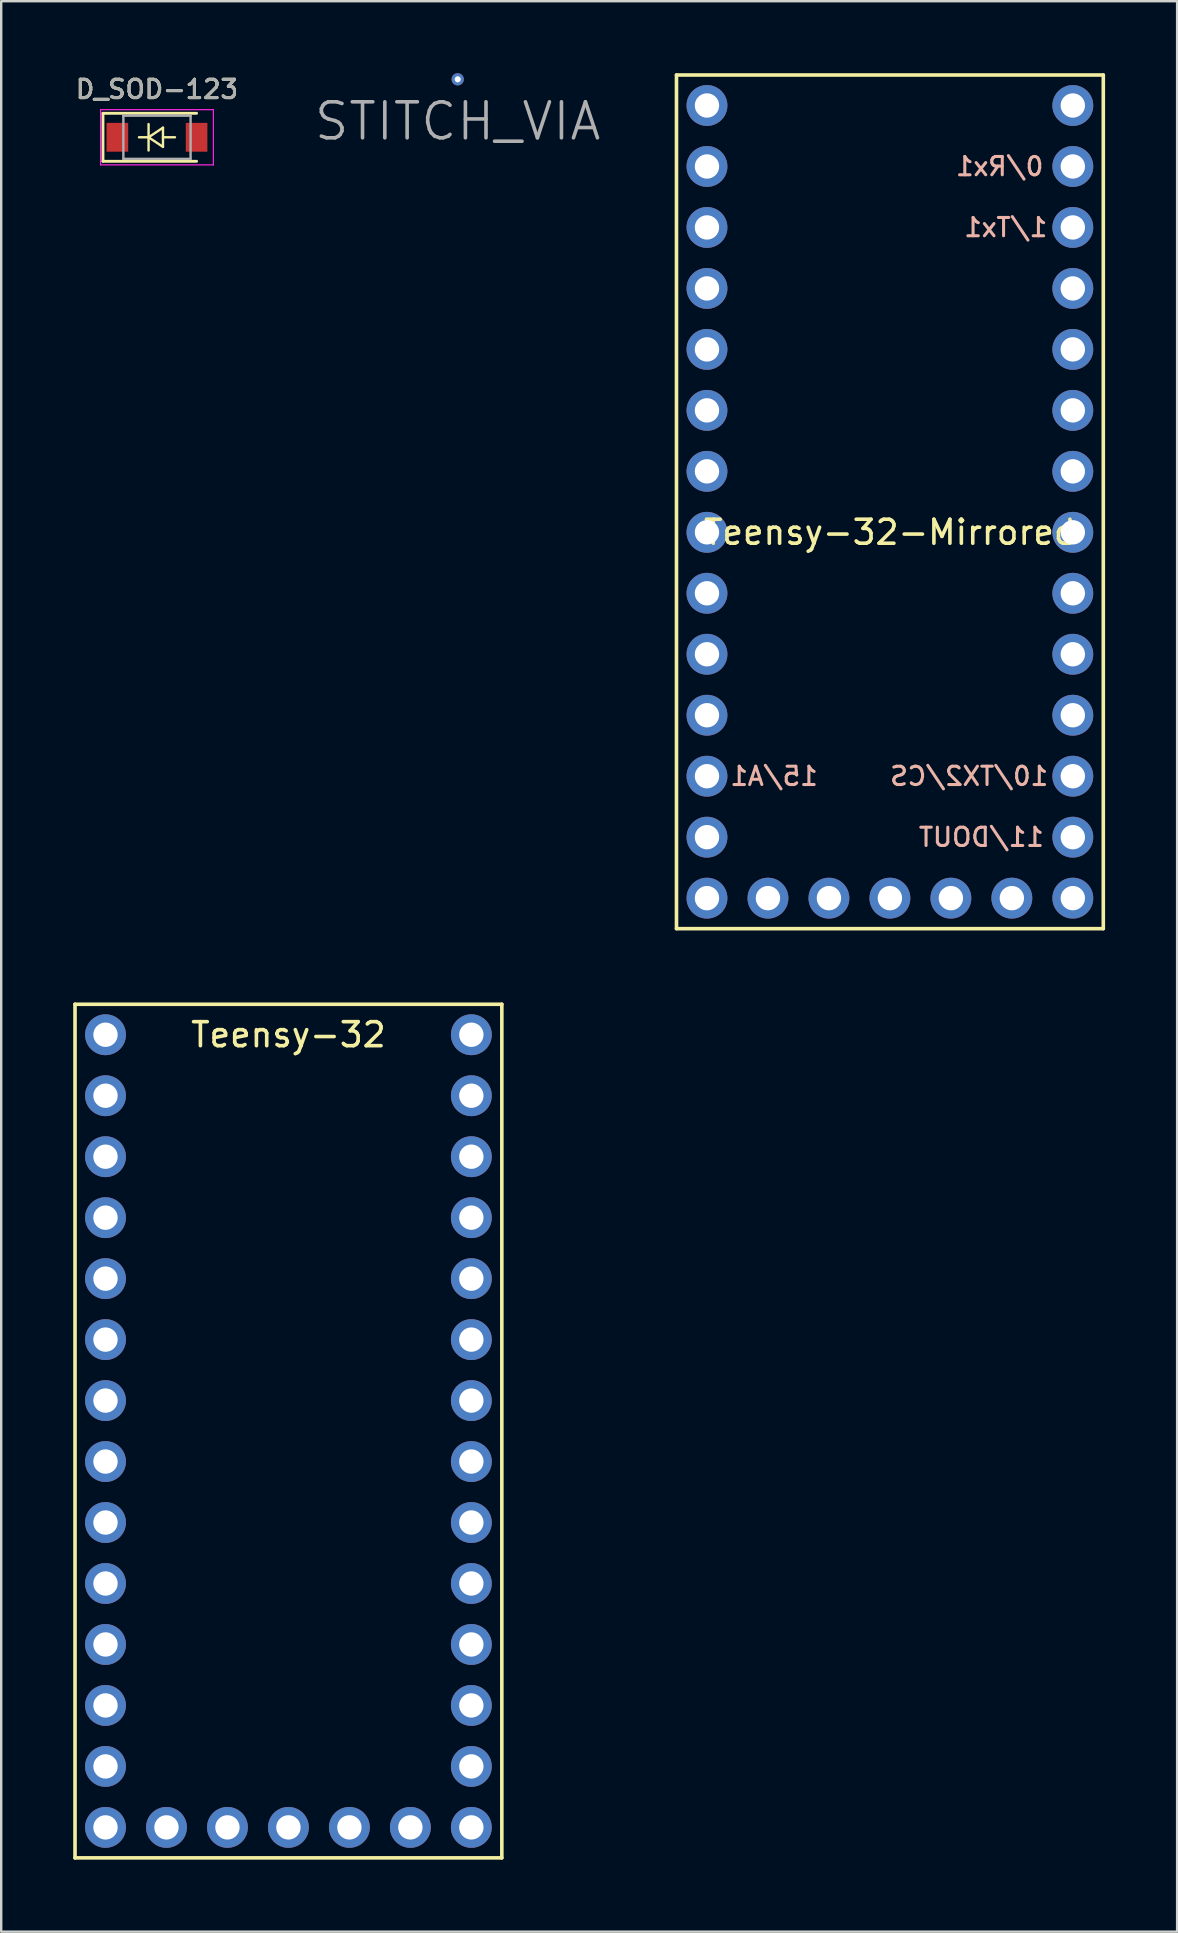
<source format=kicad_pcb>
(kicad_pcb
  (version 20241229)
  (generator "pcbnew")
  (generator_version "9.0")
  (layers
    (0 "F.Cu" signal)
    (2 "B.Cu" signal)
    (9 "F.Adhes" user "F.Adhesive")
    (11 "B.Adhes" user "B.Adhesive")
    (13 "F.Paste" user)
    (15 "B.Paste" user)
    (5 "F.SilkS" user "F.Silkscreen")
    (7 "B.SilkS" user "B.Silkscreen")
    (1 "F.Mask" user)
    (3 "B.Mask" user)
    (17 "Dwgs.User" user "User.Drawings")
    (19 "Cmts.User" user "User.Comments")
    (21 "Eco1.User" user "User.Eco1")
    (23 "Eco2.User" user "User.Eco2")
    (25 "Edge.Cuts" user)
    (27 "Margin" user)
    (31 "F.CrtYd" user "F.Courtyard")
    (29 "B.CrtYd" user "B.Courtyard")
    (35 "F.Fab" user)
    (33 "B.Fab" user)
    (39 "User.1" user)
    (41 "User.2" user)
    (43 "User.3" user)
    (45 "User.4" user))
  (footprint "Teensy-32-Mirrored"
    (layer "F.Cu")
    (at 34.021 16.585)
    (property "Reference" "Teensy-32-Mirrored" (at 0 2.54 0) (layer "F.SilkS") (effects (font (size 1 1) (thickness 0.15))))
    (attr through_hole)
    (fp_line (start -8.89 -16.51) (end 8.89 -16.51) (stroke (width 0.15) (type solid)) (layer "F.SilkS"))
    (fp_line (start -8.89 19.05) (end -8.89 -16.51) (stroke (width 0.15) (type solid)) (layer "F.SilkS"))
    (fp_line (start 8.89 -16.51) (end 8.89 19.05) (stroke (width 0.15) (type solid)) (layer "F.SilkS"))
    (fp_line (start 8.89 19.05) (end -8.89 19.05) (stroke (width 0.15) (type solid)) (layer "F.SilkS"))
    (fp_text user "1/Tx1" (at 4.826 -10.16 0) (layer "B.SilkS") (effects (font (size 0.762 0.762) (thickness 0.127)) (justify mirror)))
    (fp_text user "15/A1" (at -4.826 12.7 0) (layer "B.SilkS") (effects (font (size 0.762 0.762) (thickness 0.127)) (justify mirror)))
    (fp_text user "11/DOUT" (at 3.81 15.24 0) (layer "B.SilkS") (effects (font (size 0.762 0.762) (thickness 0.127)) (justify mirror)))
    (fp_text user "0/Rx1" (at 4.572 -12.7 0) (layer "B.SilkS") (effects (font (size 0.762 0.762) (thickness 0.127)) (justify mirror)))
    (fp_text user "10/TX2/CS" (at 3.302 12.7 0) (layer "B.SilkS") (effects (font (size 0.762 0.762) (thickness 0.127)) (justify mirror)))
    (pad "0" thru_hole circle (at 7.62 -12.7) (size 1.702 1.702) (drill 1.016) (layers "*.Cu" "*.Mask"))
    (pad "1" thru_hole circle (at 7.62 -10.16) (size 1.702 1.702) (drill 1.016) (layers "*.Cu" "*.Mask"))
    (pad "2" thru_hole circle (at 7.62 -7.62) (size 1.702 1.702) (drill 1.016) (layers "*.Cu" "*.Mask"))
    (pad "3" thru_hole circle (at 7.62 -5.08) (size 1.702 1.702) (drill 1.016) (layers "*.Cu" "*.Mask"))
    (pad "4" thru_hole circle (at 7.62 -2.54) (size 1.702 1.702) (drill 1.016) (layers "*.Cu" "*.Mask"))
    (pad "5" thru_hole circle (at 7.62 0) (size 1.702 1.702) (drill 1.016) (layers "*.Cu" "*.Mask"))
    (pad "6" thru_hole circle (at 7.62 2.54) (size 1.702 1.702) (drill 1.016) (layers "*.Cu" "*.Mask"))
    (pad "7" thru_hole circle (at 7.62 5.08) (size 1.702 1.702) (drill 1.016) (layers "*.Cu" "*.Mask"))
    (pad "8" thru_hole circle (at 7.62 7.62) (size 1.702 1.702) (drill 1.016) (layers "*.Cu" "*.Mask"))
    (pad "9" thru_hole circle (at 7.62 10.16) (size 1.702 1.702) (drill 1.016) (layers "*.Cu" "*.Mask"))
    (pad "10" thru_hole circle (at 7.62 12.7) (size 1.702 1.702) (drill 1.016) (layers "*.Cu" "*.Mask"))
    (pad "11" thru_hole circle (at 7.62 15.24) (size 1.702 1.702) (drill 1.016) (layers "*.Cu" "*.Mask"))
    (pad "12" thru_hole circle (at 7.62 17.78) (size 1.702 1.702) (drill 1.016) (layers "*.Cu" "*.Mask"))
    (pad "13" thru_hole circle (at -7.62 17.78) (size 1.702 1.702) (drill 1.016) (layers "*.Cu" "*.Mask"))
    (pad "14" thru_hole circle (at -7.62 15.24) (size 1.702 1.702) (drill 1.016) (layers "*.Cu" "*.Mask"))
    (pad "15" thru_hole circle (at -7.62 12.7) (size 1.702 1.702) (drill 1.016) (layers "*.Cu" "*.Mask"))
    (pad "16" thru_hole circle (at -7.62 10.16) (size 1.702 1.702) (drill 1.016) (layers "*.Cu" "*.Mask"))
    (pad "17" thru_hole circle (at -7.62 7.62) (size 1.702 1.702) (drill 1.016) (layers "*.Cu" "*.Mask"))
    (pad "18" thru_hole circle (at -7.62 5.08) (size 1.702 1.702) (drill 1.016) (layers "*.Cu" "*.Mask"))
    (pad "19" thru_hole circle (at -7.62 2.54) (size 1.702 1.702) (drill 1.016) (layers "*.Cu" "*.Mask"))
    (pad "20" thru_hole circle (at -7.62 0) (size 1.702 1.702) (drill 1.016) (layers "*.Cu" "*.Mask"))
    (pad "21" thru_hole circle (at -7.62 -2.54) (size 1.702 1.702) (drill 1.016) (layers "*.Cu" "*.Mask"))
    (pad "22" thru_hole circle (at -7.62 -5.08) (size 1.702 1.702) (drill 1.016) (layers "*.Cu" "*.Mask"))
    (pad "23" thru_hole circle (at -7.62 -7.62) (size 1.702 1.702) (drill 1.016) (layers "*.Cu" "*.Mask"))
    (pad "24" thru_hole circle (at -7.62 -10.16) (size 1.702 1.702) (drill 1.016) (layers "*.Cu" "*.Mask"))
    (pad "25" thru_hole circle (at -7.62 -12.7) (size 1.702 1.702) (drill 1.016) (layers "*.Cu" "*.Mask"))
    (pad "26" thru_hole circle (at -7.62 -15.24) (size 1.702 1.702) (drill 1.016) (layers "*.Cu" "*.Mask"))
    (pad "27" thru_hole circle (at 7.62 -15.24) (size 1.702 1.702) (drill 1.016) (layers "*.Cu" "*.Mask"))
    (pad "28" thru_hole circle (at 5.08 17.78) (size 1.702 1.702) (drill 1.016) (layers "*.Cu" "*.Mask"))
    (pad "29" thru_hole circle (at 2.54 17.78) (size 1.702 1.702) (drill 1.016) (layers "*.Cu" "*.Mask"))
    (pad "30" thru_hole circle (at 0 17.78) (size 1.702 1.702) (drill 1.016) (layers "*.Cu" "*.Mask"))
    (pad "31" thru_hole circle (at -2.54 17.78) (size 1.702 1.702) (drill 1.016) (layers "*.Cu" "*.Mask"))
    (pad "32" thru_hole circle (at -5.08 17.78) (size 1.702 1.702) (drill 1.016) (layers "*.Cu" "*.Mask")))
  (footprint "D_SOD-123"
    (layer "F.Cu")
    (at 3.489 2.669)
    (property "Reference" "D_SOD-123" (at 0 -2 0) (layer "F.SilkS") (effects (font (size 0.762 0.762) (thickness 0.127))))
    (attr smd)
    (fp_line (start -2.25 -1) (end -2.25 1) (stroke (width 0.12) (type solid)) (layer "F.SilkS"))
    (fp_line (start -2.25 -1) (end 1.65 -1) (stroke (width 0.12) (type solid)) (layer "F.SilkS"))
    (fp_line (start -2.25 1) (end 1.65 1) (stroke (width 0.12) (type solid)) (layer "F.SilkS"))
    (fp_line (start -0.75 0) (end -0.35 0) (stroke (width 0.1) (type solid)) (layer "F.SilkS"))
    (fp_line (start -0.35 0) (end -0.35 -0.55) (stroke (width 0.1) (type solid)) (layer "F.SilkS"))
    (fp_line (start -0.35 0) (end -0.35 0.55) (stroke (width 0.1) (type solid)) (layer "F.SilkS"))
    (fp_line (start -0.35 0) (end 0.25 -0.4) (stroke (width 0.1) (type solid)) (layer "F.SilkS"))
    (fp_line (start 0.25 -0.4) (end 0.25 0.4) (stroke (width 0.1) (type solid)) (layer "F.SilkS"))
    (fp_line (start 0.25 0) (end 0.75 0) (stroke (width 0.1) (type solid)) (layer "F.SilkS"))
    (fp_line (start 0.25 0.4) (end -0.35 0) (stroke (width 0.1) (type solid)) (layer "F.SilkS"))
    (fp_line (start -2.35 -1.15) (end -2.35 1.15) (stroke (width 0.05) (type solid)) (layer "F.CrtYd"))
    (fp_line (start -2.35 -1.15) (end 2.35 -1.15) (stroke (width 0.05) (type solid)) (layer "F.CrtYd"))
    (fp_line (start 2.35 -1.15) (end 2.35 1.15) (stroke (width 0.05) (type solid)) (layer "F.CrtYd"))
    (fp_line (start 2.35 1.15) (end -2.35 1.15) (stroke (width 0.05) (type solid)) (layer "F.CrtYd"))
    (fp_line (start -1.4 -0.9) (end 1.4 -0.9) (stroke (width 0.1) (type solid)) (layer "F.Fab"))
    (fp_line (start -1.4 0.9) (end -1.4 -0.9) (stroke (width 0.1) (type solid)) (layer "F.Fab"))
    (fp_line (start 1.4 -0.9) (end 1.4 0.9) (stroke (width 0.1) (type solid)) (layer "F.Fab"))
    (fp_line (start 1.4 0.9) (end -1.4 0.9) (stroke (width 0.1) (type solid)) (layer "F.Fab"))
    (fp_text user "${REFERENCE}" (at 0 -2 0) (layer "F.Fab") (effects (font (size 0.762 0.762) (thickness 0.127))))
    (pad "1" smd rect (at -1.65 0) (size 0.9 1.2) (layers "F.Cu" "F.Mask" "F.Paste"))
    (pad "2" smd rect (at 1.65 0) (size 0.9 1.2) (layers "F.Cu" "F.Mask" "F.Paste")))
  (footprint "STITCH_VIA"
    (layer "F.Cu")
    (at 16.017 0.254)
    (property "Reference" "STITCH_VIA" (at 0 1.75 0) (layer "F.Fab") (effects (font (size 1.5 1.5) (thickness 0.15))))
    (attr through_hole)
    (pad "1" thru_hole circle (at 0 0) (size 0.508 0.508) (drill 0.254) (layers "*.Cu")))
  (footprint "Teensy-32"
    (layer "F.Cu")
    (at 8.965 55.295)
    (property "Reference" "Teensy-32" (at 0 -15.24 0) (layer "F.SilkS") (effects (font (size 1 1) (thickness 0.15))))
    (attr through_hole)
    (fp_line (start -8.89 -16.51) (end 8.89 -16.51) (stroke (width 0.15) (type solid)) (layer "F.SilkS"))
    (fp_line (start -8.89 19.05) (end -8.89 -16.51) (stroke (width 0.15) (type solid)) (layer "F.SilkS"))
    (fp_line (start 8.89 -16.51) (end 8.89 19.05) (stroke (width 0.15) (type solid)) (layer "F.SilkS"))
    (fp_line (start 8.89 19.05) (end -8.89 19.05) (stroke (width 0.15) (type solid)) (layer "F.SilkS"))
    (pad "0" thru_hole circle (at -7.62 -12.7) (size 1.702 1.702) (drill 1.016) (layers "*.Cu" "*.Mask"))
    (pad "1" thru_hole circle (at -7.62 -10.16) (size 1.702 1.702) (drill 1.016) (layers "*.Cu" "*.Mask"))
    (pad "2" thru_hole circle (at -7.62 -7.62) (size 1.702 1.702) (drill 1.016) (layers "*.Cu" "*.Mask"))
    (pad "3" thru_hole circle (at -7.62 -5.08) (size 1.702 1.702) (drill 1.016) (layers "*.Cu" "*.Mask"))
    (pad "4" thru_hole circle (at -7.62 -2.54) (size 1.702 1.702) (drill 1.016) (layers "*.Cu" "*.Mask"))
    (pad "5" thru_hole circle (at -7.62 0) (size 1.702 1.702) (drill 1.016) (layers "*.Cu" "*.Mask"))
    (pad "6" thru_hole circle (at -7.62 2.54) (size 1.702 1.702) (drill 1.016) (layers "*.Cu" "*.Mask"))
    (pad "7" thru_hole circle (at -7.62 5.08) (size 1.702 1.702) (drill 1.016) (layers "*.Cu" "*.Mask"))
    (pad "8" thru_hole circle (at -7.62 7.62) (size 1.702 1.702) (drill 1.016) (layers "*.Cu" "*.Mask"))
    (pad "9" thru_hole circle (at -7.62 10.16) (size 1.702 1.702) (drill 1.016) (layers "*.Cu" "*.Mask"))
    (pad "10" thru_hole circle (at -7.62 12.7) (size 1.702 1.702) (drill 1.016) (layers "*.Cu" "*.Mask"))
    (pad "11" thru_hole circle (at -7.62 15.24) (size 1.702 1.702) (drill 1.016) (layers "*.Cu" "*.Mask"))
    (pad "12" thru_hole circle (at -7.62 17.78) (size 1.702 1.702) (drill 1.016) (layers "*.Cu" "*.Mask"))
    (pad "13" thru_hole circle (at 7.62 17.78) (size 1.702 1.702) (drill 1.016) (layers "*.Cu" "*.Mask"))
    (pad "14" thru_hole circle (at 7.62 15.24) (size 1.702 1.702) (drill 1.016) (layers "*.Cu" "*.Mask"))
    (pad "15" thru_hole circle (at 7.62 12.7) (size 1.702 1.702) (drill 1.016) (layers "*.Cu" "*.Mask"))
    (pad "16" thru_hole circle (at 7.62 10.16) (size 1.702 1.702) (drill 1.016) (layers "*.Cu" "*.Mask"))
    (pad "17" thru_hole circle (at 7.62 7.62) (size 1.702 1.702) (drill 1.016) (layers "*.Cu" "*.Mask"))
    (pad "18" thru_hole circle (at 7.62 5.08) (size 1.702 1.702) (drill 1.016) (layers "*.Cu" "*.Mask"))
    (pad "19" thru_hole circle (at 7.62 2.54) (size 1.702 1.702) (drill 1.016) (layers "*.Cu" "*.Mask"))
    (pad "20" thru_hole circle (at 7.62 0) (size 1.702 1.702) (drill 1.016) (layers "*.Cu" "*.Mask"))
    (pad "21" thru_hole circle (at 7.62 -2.54) (size 1.702 1.702) (drill 1.016) (layers "*.Cu" "*.Mask"))
    (pad "22" thru_hole circle (at 7.62 -5.08) (size 1.702 1.702) (drill 1.016) (layers "*.Cu" "*.Mask"))
    (pad "23" thru_hole circle (at 7.62 -7.62) (size 1.702 1.702) (drill 1.016) (layers "*.Cu" "*.Mask"))
    (pad "24" thru_hole circle (at 7.62 -10.16) (size 1.702 1.702) (drill 1.016) (layers "*.Cu" "*.Mask"))
    (pad "25" thru_hole circle (at 7.62 -12.7) (size 1.702 1.702) (drill 1.016) (layers "*.Cu" "*.Mask"))
    (pad "26" thru_hole circle (at 7.62 -15.24) (size 1.702 1.702) (drill 1.016) (layers "*.Cu" "*.Mask"))
    (pad "27" thru_hole circle (at -7.62 -15.24) (size 1.702 1.702) (drill 1.016) (layers "*.Cu" "*.Mask"))
    (pad "28" thru_hole circle (at -5.08 17.78) (size 1.702 1.702) (drill 1.016) (layers "*.Cu" "*.Mask"))
    (pad "29" thru_hole circle (at -2.54 17.78) (size 1.702 1.702) (drill 1.016) (layers "*.Cu" "*.Mask"))
    (pad "30" thru_hole circle (at 0 17.78) (size 1.702 1.702) (drill 1.016) (layers "*.Cu" "*.Mask"))
    (pad "31" thru_hole circle (at 2.54 17.78) (size 1.702 1.702) (drill 1.016) (layers "*.Cu" "*.Mask"))
    (pad "32" thru_hole circle (at 5.08 17.78) (size 1.702 1.702) (drill 1.016) (layers "*.Cu" "*.Mask")))
  (gr_rect
    (start -3 -3)
    (end 45.986 77.42)
    (stroke (width 0.1) (type default))
    (fill no)
    (layer "Edge.Cuts")))
</source>
